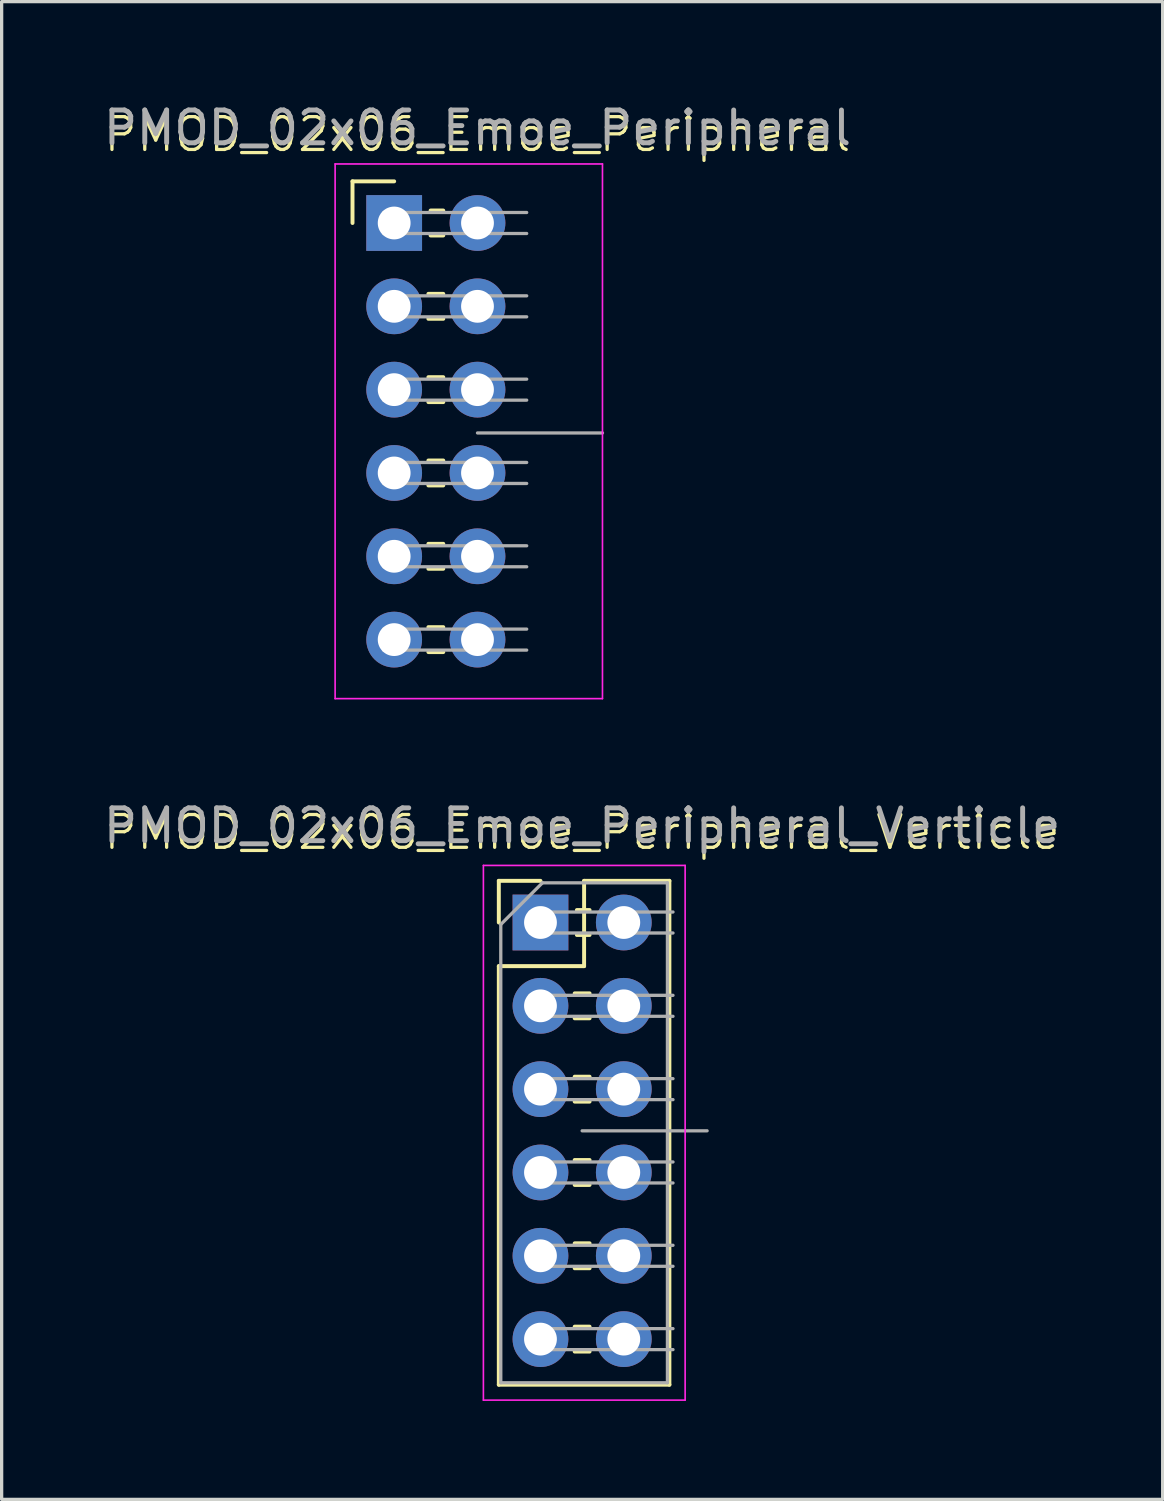
<source format=kicad_pcb>
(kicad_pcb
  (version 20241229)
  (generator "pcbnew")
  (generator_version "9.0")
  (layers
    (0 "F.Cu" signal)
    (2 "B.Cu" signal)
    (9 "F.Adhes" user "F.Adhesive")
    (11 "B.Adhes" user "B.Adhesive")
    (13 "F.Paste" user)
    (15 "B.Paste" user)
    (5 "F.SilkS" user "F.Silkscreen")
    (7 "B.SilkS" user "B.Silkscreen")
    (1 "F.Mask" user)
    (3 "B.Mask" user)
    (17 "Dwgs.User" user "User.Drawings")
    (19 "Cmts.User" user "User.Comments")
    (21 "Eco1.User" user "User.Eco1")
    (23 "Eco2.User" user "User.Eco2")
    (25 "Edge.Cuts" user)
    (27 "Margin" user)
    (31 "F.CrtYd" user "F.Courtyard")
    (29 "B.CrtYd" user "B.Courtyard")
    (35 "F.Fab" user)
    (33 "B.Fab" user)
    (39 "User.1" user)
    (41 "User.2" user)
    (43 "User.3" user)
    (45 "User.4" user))
  (footprint "PMOD_02x06_Emoe_Peripheral"
    (layer "F.Cu")
    (at 11.506 10.148)
    (property "Reference" "PMOD_02x06_Emoe_Peripheral" (at 0 -9.1 0) (unlocked yes) (layer "F.SilkS") (effects (font (size 1 1) (thickness 0.1))))
    (attr through_hole)
    (fp_line (start -3.81 -7.67) (end -2.54 -7.67) (stroke (width 0.12) (type solid)) (layer "F.SilkS"))
    (fp_line (start -3.81 -6.4) (end -3.81 -7.67) (stroke (width 0.12) (type solid)) (layer "F.SilkS"))
    (fp_line (start -1.497 -4.24) (end -1.043 -4.24) (stroke (width 0.12) (type solid)) (layer "F.SilkS"))
    (fp_line (start -1.497 -3.48) (end -1.043 -3.48) (stroke (width 0.12) (type solid)) (layer "F.SilkS"))
    (fp_line (start -1.497 -1.7) (end -1.043 -1.7) (stroke (width 0.12) (type solid)) (layer "F.SilkS"))
    (fp_line (start -1.497 -0.94) (end -1.043 -0.94) (stroke (width 0.12) (type solid)) (layer "F.SilkS"))
    (fp_line (start -1.497 0.84) (end -1.043 0.84) (stroke (width 0.12) (type solid)) (layer "F.SilkS"))
    (fp_line (start -1.497 1.6) (end -1.043 1.6) (stroke (width 0.12) (type solid)) (layer "F.SilkS"))
    (fp_line (start -1.497 3.38) (end -1.043 3.38) (stroke (width 0.12) (type solid)) (layer "F.SilkS"))
    (fp_line (start -1.497 4.14) (end -1.043 4.14) (stroke (width 0.12) (type solid)) (layer "F.SilkS"))
    (fp_line (start -1.497 5.92) (end -1.043 5.92) (stroke (width 0.12) (type solid)) (layer "F.SilkS"))
    (fp_line (start -1.497 6.68) (end -1.043 6.68) (stroke (width 0.12) (type solid)) (layer "F.SilkS"))
    (fp_line (start -1.43 -6.78) (end -1.043 -6.78) (stroke (width 0.12) (type solid)) (layer "F.SilkS"))
    (fp_line (start -1.43 -6.02) (end -1.043 -6.02) (stroke (width 0.12) (type solid)) (layer "F.SilkS"))
    (fp_line (start -4.34 -8.2) (end -4.34 8.1) (stroke (width 0.05) (type solid)) (layer "F.CrtYd"))
    (fp_line (start -4.34 8.1) (end 3.81 8.1) (stroke (width 0.05) (type solid)) (layer "F.CrtYd"))
    (fp_line (start 3.81 -8.2) (end -4.34 -8.2) (stroke (width 0.05) (type solid)) (layer "F.CrtYd"))
    (fp_line (start 3.81 8.1) (end 3.81 -8.2) (stroke (width 0.05) (type solid)) (layer "F.CrtYd"))
    (fp_line (start -2.86 -6.72) (end -2.86 -6.08) (stroke (width 0.1) (type solid)) (layer "F.Fab"))
    (fp_line (start -2.86 -6.72) (end 1.5 -6.72) (stroke (width 0.1) (type solid)) (layer "F.Fab"))
    (fp_line (start -2.86 -6.08) (end 1.5 -6.08) (stroke (width 0.1) (type solid)) (layer "F.Fab"))
    (fp_line (start -2.86 -4.18) (end -2.86 -3.54) (stroke (width 0.1) (type solid)) (layer "F.Fab"))
    (fp_line (start -2.86 -4.18) (end 1.5 -4.18) (stroke (width 0.1) (type solid)) (layer "F.Fab"))
    (fp_line (start -2.86 -3.54) (end 1.5 -3.54) (stroke (width 0.1) (type solid)) (layer "F.Fab"))
    (fp_line (start -2.86 -1.64) (end -2.86 -1) (stroke (width 0.1) (type solid)) (layer "F.Fab"))
    (fp_line (start -2.86 -1.64) (end 1.5 -1.64) (stroke (width 0.1) (type solid)) (layer "F.Fab"))
    (fp_line (start -2.86 -1) (end 1.5 -1) (stroke (width 0.1) (type solid)) (layer "F.Fab"))
    (fp_line (start -2.86 0.9) (end -2.86 1.54) (stroke (width 0.1) (type solid)) (layer "F.Fab"))
    (fp_line (start -2.86 0.9) (end 1.5 0.9) (stroke (width 0.1) (type solid)) (layer "F.Fab"))
    (fp_line (start -2.86 1.54) (end 1.5 1.54) (stroke (width 0.1) (type solid)) (layer "F.Fab"))
    (fp_line (start -2.86 3.44) (end -2.86 4.08) (stroke (width 0.1) (type solid)) (layer "F.Fab"))
    (fp_line (start -2.86 3.44) (end 1.5 3.44) (stroke (width 0.1) (type solid)) (layer "F.Fab"))
    (fp_line (start -2.86 4.08) (end 1.5 4.08) (stroke (width 0.1) (type solid)) (layer "F.Fab"))
    (fp_line (start -2.86 5.98) (end -2.86 6.62) (stroke (width 0.1) (type solid)) (layer "F.Fab"))
    (fp_line (start -2.86 5.98) (end 1.5 5.98) (stroke (width 0.1) (type solid)) (layer "F.Fab"))
    (fp_line (start -2.86 6.62) (end 1.5 6.62) (stroke (width 0.1) (type solid)) (layer "F.Fab"))
    (fp_line (start 0 0) (end 3.81 0) (stroke (width 0.1) (type default)) (layer "F.Fab"))
    (fp_line (start 3.81 -4) (end 3.81 4) (stroke (width 0.1) (type default)) (layer "User.1"))
    (fp_text user "${REFERENCE}" (at 0 -9.3 0) (unlocked yes) (layer "F.Fab") (effects (font (size 1 1) (thickness 0.15))))
    (fp_text user "Board Edge" (at 5.5 4.3 90) (unlocked yes) (layer "User.1") (effects (font (size 1 1) (thickness 0.15)) (justify left bottom)))
    (pad "1" thru_hole oval (at -2.54 6.3) (size 1.7 1.7) (drill 1) (layers "*.Cu" "*.Mask"))
    (pad "2" thru_hole oval (at -2.54 3.76) (size 1.7 1.7) (drill 1) (layers "*.Cu" "*.Mask"))
    (pad "3" thru_hole oval (at -2.54 1.22) (size 1.7 1.7) (drill 1) (layers "*.Cu" "*.Mask"))
    (pad "4" thru_hole oval (at -2.54 -1.32) (size 1.7 1.7) (drill 1) (layers "*.Cu" "*.Mask"))
    (pad "5" thru_hole oval (at -2.54 -3.86) (size 1.7 1.7) (drill 1) (layers "*.Cu" "*.Mask"))
    (pad "6" thru_hole rect (at -2.54 -6.4) (size 1.7 1.7) (drill 1) (layers "*.Cu" "*.Mask"))
    (pad "7" thru_hole oval (at 0 6.3) (size 1.7 1.7) (drill 1) (layers "*.Cu" "*.Mask"))
    (pad "8" thru_hole oval (at 0 3.76) (size 1.7 1.7) (drill 1) (layers "*.Cu" "*.Mask"))
    (pad "9" thru_hole oval (at 0 1.22) (size 1.7 1.7) (drill 1) (layers "*.Cu" "*.Mask"))
    (pad "10" thru_hole oval (at 0 -1.32) (size 1.7 1.7) (drill 1) (layers "*.Cu" "*.Mask"))
    (pad "11" thru_hole oval (at 0 -3.86) (size 1.7 1.7) (drill 1) (layers "*.Cu" "*.Mask"))
    (pad "12" thru_hole oval (at 0 -6.4) (size 1.7 1.7) (drill 1) (layers "*.Cu" "*.Mask")))
  (footprint "PMOD_02x06_Emoe_Peripheral_Verticle"
    (layer "F.Cu")
    (at 14.696 31.422)
    (property "Reference" "PMOD_02x06_Emoe_Peripheral_Verticle" (at 0 -9.1 0) (unlocked yes) (layer "F.SilkS") (effects (font (size 1 1) (thickness 0.1))))
    (attr through_hole)
    (fp_line (start -2.54 -7.62) (end -1.27 -7.62) (stroke (width 0.12) (type solid)) (layer "F.SilkS"))
    (fp_line (start -2.54 -6.35) (end -2.54 -7.62) (stroke (width 0.12) (type solid)) (layer "F.SilkS"))
    (fp_line (start -2.54 -5.02) (end -2.54 7.74) (stroke (width 0.12) (type solid)) (layer "F.SilkS"))
    (fp_line (start -2.54 -5.02) (end 0.06 -5.02) (stroke (width 0.12) (type solid)) (layer "F.SilkS"))
    (fp_line (start -2.54 7.74) (end 2.66 7.74) (stroke (width 0.12) (type solid)) (layer "F.SilkS"))
    (fp_line (start -0.227 -4.19) (end 0.227 -4.19) (stroke (width 0.12) (type solid)) (layer "F.SilkS"))
    (fp_line (start -0.227 -3.43) (end 0.227 -3.43) (stroke (width 0.12) (type solid)) (layer "F.SilkS"))
    (fp_line (start -0.227 -1.65) (end 0.227 -1.65) (stroke (width 0.12) (type solid)) (layer "F.SilkS"))
    (fp_line (start -0.227 -0.89) (end 0.227 -0.89) (stroke (width 0.12) (type solid)) (layer "F.SilkS"))
    (fp_line (start -0.227 0.89) (end 0.227 0.89) (stroke (width 0.12) (type solid)) (layer "F.SilkS"))
    (fp_line (start -0.227 1.65) (end 0.227 1.65) (stroke (width 0.12) (type solid)) (layer "F.SilkS"))
    (fp_line (start -0.227 3.43) (end 0.227 3.43) (stroke (width 0.12) (type solid)) (layer "F.SilkS"))
    (fp_line (start -0.227 4.19) (end 0.227 4.19) (stroke (width 0.12) (type solid)) (layer "F.SilkS"))
    (fp_line (start -0.227 5.97) (end 0.227 5.97) (stroke (width 0.12) (type solid)) (layer "F.SilkS"))
    (fp_line (start -0.227 6.73) (end 0.227 6.73) (stroke (width 0.12) (type solid)) (layer "F.SilkS"))
    (fp_line (start -0.16 -6.73) (end 0.227 -6.73) (stroke (width 0.12) (type solid)) (layer "F.SilkS"))
    (fp_line (start -0.16 -5.97) (end 0.227 -5.97) (stroke (width 0.12) (type solid)) (layer "F.SilkS"))
    (fp_line (start 0.06 -7.62) (end 2.66 -7.62) (stroke (width 0.12) (type solid)) (layer "F.SilkS"))
    (fp_line (start 0.06 -5.02) (end 0.06 -7.62) (stroke (width 0.12) (type solid)) (layer "F.SilkS"))
    (fp_line (start 2.66 -7.62) (end 2.66 7.74) (stroke (width 0.12) (type solid)) (layer "F.SilkS"))
    (fp_line (start -3.01 -8.09) (end -3.01 8.21) (stroke (width 0.05) (type solid)) (layer "F.CrtYd"))
    (fp_line (start -3.01 8.21) (end 3.14 8.21) (stroke (width 0.05) (type solid)) (layer "F.CrtYd"))
    (fp_line (start 3.14 -8.09) (end -3.01 -8.09) (stroke (width 0.05) (type solid)) (layer "F.CrtYd"))
    (fp_line (start 3.14 8.21) (end 3.14 -8.09) (stroke (width 0.05) (type solid)) (layer "F.CrtYd"))
    (fp_line (start -2.48 -6.29) (end -1.21 -7.56) (stroke (width 0.1) (type solid)) (layer "F.Fab"))
    (fp_line (start -2.48 7.68) (end -2.48 -6.29) (stroke (width 0.1) (type solid)) (layer "F.Fab"))
    (fp_line (start -1.59 -6.67) (end -1.59 -6.03) (stroke (width 0.1) (type solid)) (layer "F.Fab"))
    (fp_line (start -1.59 -6.67) (end 2.77 -6.67) (stroke (width 0.1) (type solid)) (layer "F.Fab"))
    (fp_line (start -1.59 -6.03) (end 2.77 -6.03) (stroke (width 0.1) (type solid)) (layer "F.Fab"))
    (fp_line (start -1.59 -4.13) (end -1.59 -3.49) (stroke (width 0.1) (type solid)) (layer "F.Fab"))
    (fp_line (start -1.59 -4.13) (end 2.77 -4.13) (stroke (width 0.1) (type solid)) (layer "F.Fab"))
    (fp_line (start -1.59 -3.49) (end 2.77 -3.49) (stroke (width 0.1) (type solid)) (layer "F.Fab"))
    (fp_line (start -1.59 -1.59) (end -1.59 -0.95) (stroke (width 0.1) (type solid)) (layer "F.Fab"))
    (fp_line (start -1.59 -1.59) (end 2.77 -1.59) (stroke (width 0.1) (type solid)) (layer "F.Fab"))
    (fp_line (start -1.59 -0.95) (end 2.77 -0.95) (stroke (width 0.1) (type solid)) (layer "F.Fab"))
    (fp_line (start -1.59 0.95) (end -1.59 1.59) (stroke (width 0.1) (type solid)) (layer "F.Fab"))
    (fp_line (start -1.59 0.95) (end 2.77 0.95) (stroke (width 0.1) (type solid)) (layer "F.Fab"))
    (fp_line (start -1.59 1.59) (end 2.77 1.59) (stroke (width 0.1) (type solid)) (layer "F.Fab"))
    (fp_line (start -1.59 3.49) (end -1.59 4.13) (stroke (width 0.1) (type solid)) (layer "F.Fab"))
    (fp_line (start -1.59 3.49) (end 2.77 3.49) (stroke (width 0.1) (type solid)) (layer "F.Fab"))
    (fp_line (start -1.59 4.13) (end 2.77 4.13) (stroke (width 0.1) (type solid)) (layer "F.Fab"))
    (fp_line (start -1.59 6.03) (end -1.59 6.67) (stroke (width 0.1) (type solid)) (layer "F.Fab"))
    (fp_line (start -1.59 6.03) (end 2.77 6.03) (stroke (width 0.1) (type solid)) (layer "F.Fab"))
    (fp_line (start -1.59 6.67) (end 2.77 6.67) (stroke (width 0.1) (type solid)) (layer "F.Fab"))
    (fp_line (start -1.21 -7.56) (end 2.6 -7.56) (stroke (width 0.1) (type solid)) (layer "F.Fab"))
    (fp_line (start 0 0) (end 3.81 0) (stroke (width 0.1) (type default)) (layer "F.Fab"))
    (fp_line (start 2.6 -7.56) (end 2.6 7.68) (stroke (width 0.1) (type solid)) (layer "F.Fab"))
    (fp_line (start 2.6 7.68) (end -2.48 7.68) (stroke (width 0.1) (type solid)) (layer "F.Fab"))
    (fp_line (start 5.08 -4) (end 5.08 4) (stroke (width 0.1) (type default)) (layer "User.1"))
    (fp_text user "${REFERENCE}" (at 0 -9.3 0) (unlocked yes) (layer "F.Fab") (effects (font (size 1 1) (thickness 0.15))))
    (fp_text user "Board Edge" (at 6.77 4.3 90) (unlocked yes) (layer "User.1") (effects (font (size 1 1) (thickness 0.15)) (justify left bottom)))
    (pad "1" thru_hole oval (at -1.27 6.35) (size 1.7 1.7) (drill 1) (layers "*.Cu" "*.Mask"))
    (pad "2" thru_hole oval (at -1.27 3.81) (size 1.7 1.7) (drill 1) (layers "*.Cu" "*.Mask"))
    (pad "3" thru_hole oval (at -1.27 1.27) (size 1.7 1.7) (drill 1) (layers "*.Cu" "*.Mask"))
    (pad "4" thru_hole oval (at -1.27 -1.27) (size 1.7 1.7) (drill 1) (layers "*.Cu" "*.Mask"))
    (pad "5" thru_hole oval (at -1.27 -3.81) (size 1.7 1.7) (drill 1) (layers "*.Cu" "*.Mask"))
    (pad "6" thru_hole rect (at -1.27 -6.35) (size 1.7 1.7) (drill 1) (layers "*.Cu" "*.Mask"))
    (pad "7" thru_hole oval (at 1.27 6.35) (size 1.7 1.7) (drill 1) (layers "*.Cu" "*.Mask"))
    (pad "8" thru_hole oval (at 1.27 3.81) (size 1.7 1.7) (drill 1) (layers "*.Cu" "*.Mask"))
    (pad "9" thru_hole oval (at 1.27 1.27) (size 1.7 1.7) (drill 1) (layers "*.Cu" "*.Mask"))
    (pad "10" thru_hole oval (at 1.27 -1.27) (size 1.7 1.7) (drill 1) (layers "*.Cu" "*.Mask"))
    (pad "11" thru_hole oval (at 1.27 -3.81) (size 1.7 1.7) (drill 1) (layers "*.Cu" "*.Mask"))
    (pad "12" thru_hole oval (at 1.27 -6.35) (size 1.7 1.7) (drill 1) (layers "*.Cu" "*.Mask")))
  (gr_rect
    (start -3 -3)
    (end 32.393 42.657)
    (stroke (width 0.1) (type default))
    (fill no)
    (layer "Edge.Cuts")))
</source>
